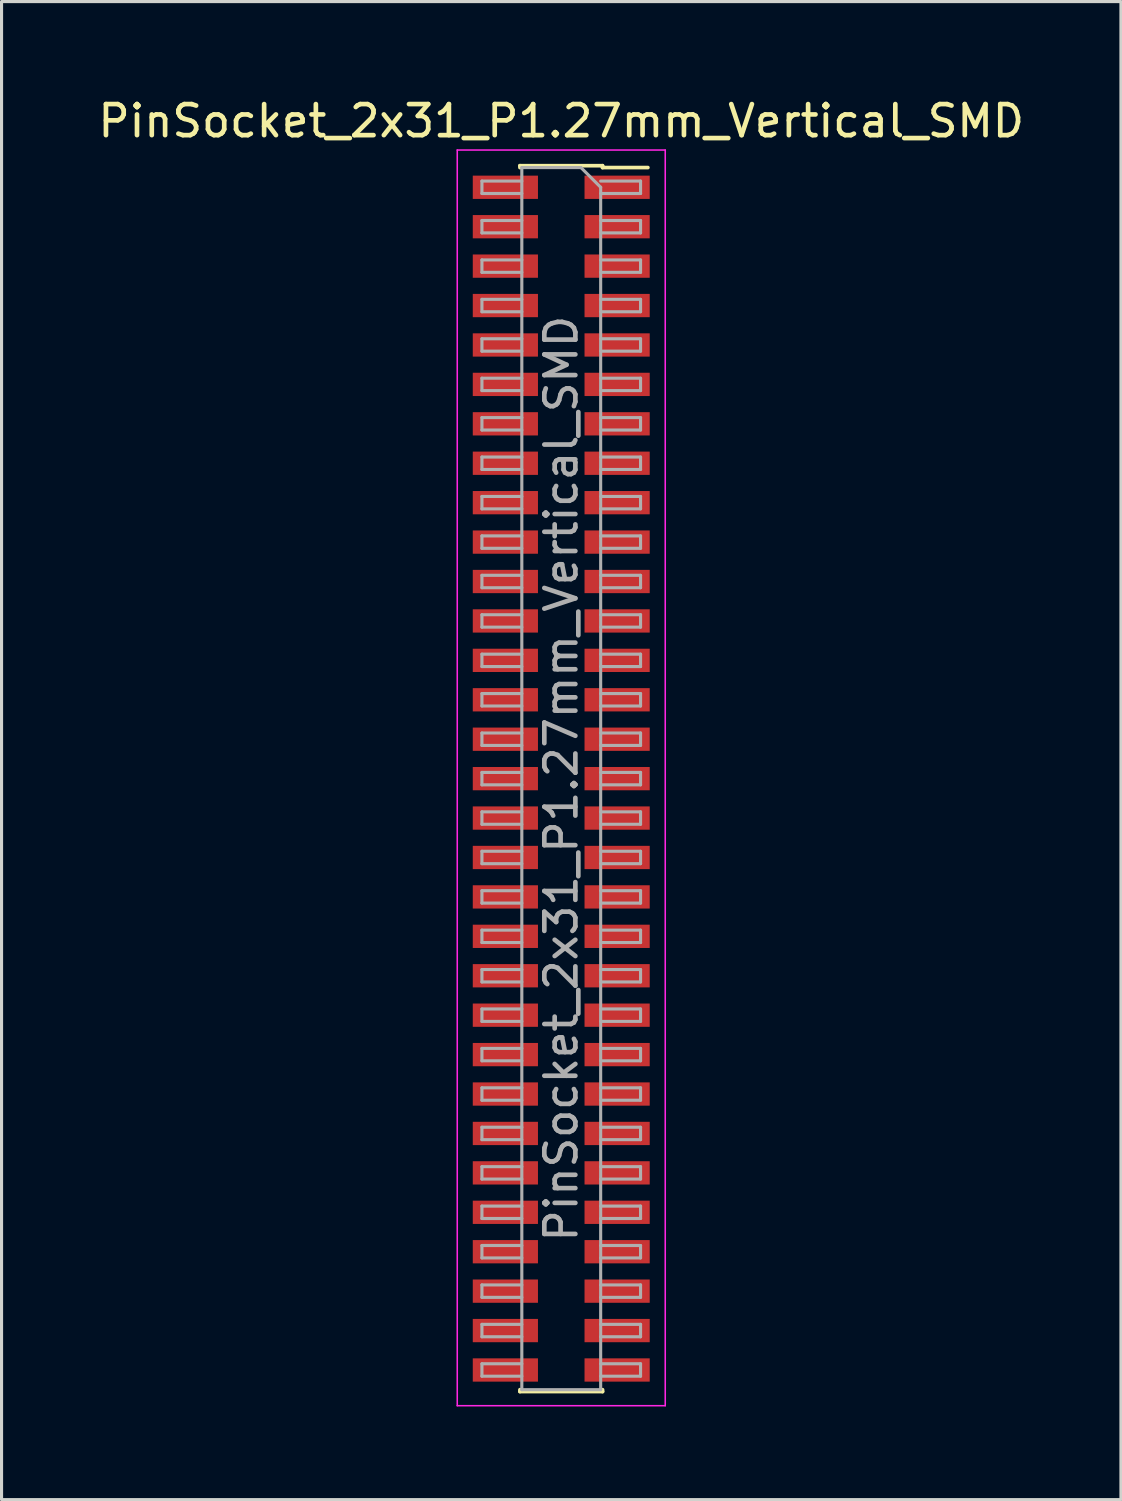
<source format=kicad_pcb>
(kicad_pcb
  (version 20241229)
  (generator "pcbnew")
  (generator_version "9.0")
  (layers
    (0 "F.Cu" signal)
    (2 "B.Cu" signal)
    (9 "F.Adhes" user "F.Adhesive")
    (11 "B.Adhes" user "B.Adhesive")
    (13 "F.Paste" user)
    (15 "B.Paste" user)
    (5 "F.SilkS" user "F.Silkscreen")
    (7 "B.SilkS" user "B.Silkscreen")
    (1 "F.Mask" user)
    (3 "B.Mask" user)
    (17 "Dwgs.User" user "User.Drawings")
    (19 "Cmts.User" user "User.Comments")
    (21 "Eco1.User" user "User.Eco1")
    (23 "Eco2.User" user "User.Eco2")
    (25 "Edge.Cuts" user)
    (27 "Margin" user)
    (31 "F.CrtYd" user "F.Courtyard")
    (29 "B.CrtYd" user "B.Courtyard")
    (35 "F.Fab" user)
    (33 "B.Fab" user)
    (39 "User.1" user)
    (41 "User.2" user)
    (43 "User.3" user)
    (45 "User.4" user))
  (footprint "PinSocket_2x31_P1.27mm_Vertical_SMD"
    (layer "F.Cu")
    (at 15.03 22.033)
    (property "Reference" "PinSocket_2x31_P1.27mm_Vertical_SMD" (at 0 -21.185 0) (layer "F.SilkS") (effects (font (size 1 1) (thickness 0.15))))
    (attr smd)
    (fp_line (start -1.33 -19.745) (end -1.33 -19.685) (stroke (width 0.12) (type solid)) (layer "F.SilkS"))
    (fp_line (start -1.33 -19.745) (end 1.33 -19.745) (stroke (width 0.12) (type solid)) (layer "F.SilkS"))
    (fp_line (start -1.33 19.685) (end -1.33 19.745) (stroke (width 0.12) (type solid)) (layer "F.SilkS"))
    (fp_line (start -1.33 19.745) (end 1.33 19.745) (stroke (width 0.12) (type solid)) (layer "F.SilkS"))
    (fp_line (start 1.33 -19.745) (end 1.33 -19.685) (stroke (width 0.12) (type solid)) (layer "F.SilkS"))
    (fp_line (start 1.33 -19.685) (end 2.79 -19.685) (stroke (width 0.12) (type solid)) (layer "F.SilkS"))
    (fp_line (start 1.33 19.685) (end 1.33 19.745) (stroke (width 0.12) (type solid)) (layer "F.SilkS"))
    (fp_line (start -3.35 -20.25) (end 3.35 -20.25) (stroke (width 0.05) (type solid)) (layer "F.CrtYd"))
    (fp_line (start -3.35 20.2) (end -3.35 -20.25) (stroke (width 0.05) (type solid)) (layer "F.CrtYd"))
    (fp_line (start 3.35 -20.25) (end 3.35 20.2) (stroke (width 0.05) (type solid)) (layer "F.CrtYd"))
    (fp_line (start 3.35 20.2) (end -3.35 20.2) (stroke (width 0.05) (type solid)) (layer "F.CrtYd"))
    (fp_line (start -2.555 -19.25) (end -1.27 -19.25) (stroke (width 0.1) (type solid)) (layer "F.Fab"))
    (fp_line (start -2.555 -18.85) (end -2.555 -19.25) (stroke (width 0.1) (type solid)) (layer "F.Fab"))
    (fp_line (start -2.555 -17.98) (end -1.27 -17.98) (stroke (width 0.1) (type solid)) (layer "F.Fab"))
    (fp_line (start -2.555 -17.58) (end -2.555 -17.98) (stroke (width 0.1) (type solid)) (layer "F.Fab"))
    (fp_line (start -2.555 -16.71) (end -1.27 -16.71) (stroke (width 0.1) (type solid)) (layer "F.Fab"))
    (fp_line (start -2.555 -16.31) (end -2.555 -16.71) (stroke (width 0.1) (type solid)) (layer "F.Fab"))
    (fp_line (start -2.555 -15.44) (end -1.27 -15.44) (stroke (width 0.1) (type solid)) (layer "F.Fab"))
    (fp_line (start -2.555 -15.04) (end -2.555 -15.44) (stroke (width 0.1) (type solid)) (layer "F.Fab"))
    (fp_line (start -2.555 -14.17) (end -1.27 -14.17) (stroke (width 0.1) (type solid)) (layer "F.Fab"))
    (fp_line (start -2.555 -13.77) (end -2.555 -14.17) (stroke (width 0.1) (type solid)) (layer "F.Fab"))
    (fp_line (start -2.555 -12.9) (end -1.27 -12.9) (stroke (width 0.1) (type solid)) (layer "F.Fab"))
    (fp_line (start -2.555 -12.5) (end -2.555 -12.9) (stroke (width 0.1) (type solid)) (layer "F.Fab"))
    (fp_line (start -2.555 -11.63) (end -1.27 -11.63) (stroke (width 0.1) (type solid)) (layer "F.Fab"))
    (fp_line (start -2.555 -11.23) (end -2.555 -11.63) (stroke (width 0.1) (type solid)) (layer "F.Fab"))
    (fp_line (start -2.555 -10.36) (end -1.27 -10.36) (stroke (width 0.1) (type solid)) (layer "F.Fab"))
    (fp_line (start -2.555 -9.96) (end -2.555 -10.36) (stroke (width 0.1) (type solid)) (layer "F.Fab"))
    (fp_line (start -2.555 -9.09) (end -1.27 -9.09) (stroke (width 0.1) (type solid)) (layer "F.Fab"))
    (fp_line (start -2.555 -8.69) (end -2.555 -9.09) (stroke (width 0.1) (type solid)) (layer "F.Fab"))
    (fp_line (start -2.555 -7.82) (end -1.27 -7.82) (stroke (width 0.1) (type solid)) (layer "F.Fab"))
    (fp_line (start -2.555 -7.42) (end -2.555 -7.82) (stroke (width 0.1) (type solid)) (layer "F.Fab"))
    (fp_line (start -2.555 -6.55) (end -1.27 -6.55) (stroke (width 0.1) (type solid)) (layer "F.Fab"))
    (fp_line (start -2.555 -6.15) (end -2.555 -6.55) (stroke (width 0.1) (type solid)) (layer "F.Fab"))
    (fp_line (start -2.555 -5.28) (end -1.27 -5.28) (stroke (width 0.1) (type solid)) (layer "F.Fab"))
    (fp_line (start -2.555 -4.88) (end -2.555 -5.28) (stroke (width 0.1) (type solid)) (layer "F.Fab"))
    (fp_line (start -2.555 -4.01) (end -1.27 -4.01) (stroke (width 0.1) (type solid)) (layer "F.Fab"))
    (fp_line (start -2.555 -3.61) (end -2.555 -4.01) (stroke (width 0.1) (type solid)) (layer "F.Fab"))
    (fp_line (start -2.555 -2.74) (end -1.27 -2.74) (stroke (width 0.1) (type solid)) (layer "F.Fab"))
    (fp_line (start -2.555 -2.34) (end -2.555 -2.74) (stroke (width 0.1) (type solid)) (layer "F.Fab"))
    (fp_line (start -2.555 -1.47) (end -1.27 -1.47) (stroke (width 0.1) (type solid)) (layer "F.Fab"))
    (fp_line (start -2.555 -1.07) (end -2.555 -1.47) (stroke (width 0.1) (type solid)) (layer "F.Fab"))
    (fp_line (start -2.555 -0.2) (end -1.27 -0.2) (stroke (width 0.1) (type solid)) (layer "F.Fab"))
    (fp_line (start -2.555 0.2) (end -2.555 -0.2) (stroke (width 0.1) (type solid)) (layer "F.Fab"))
    (fp_line (start -2.555 1.07) (end -1.27 1.07) (stroke (width 0.1) (type solid)) (layer "F.Fab"))
    (fp_line (start -2.555 1.47) (end -2.555 1.07) (stroke (width 0.1) (type solid)) (layer "F.Fab"))
    (fp_line (start -2.555 2.34) (end -1.27 2.34) (stroke (width 0.1) (type solid)) (layer "F.Fab"))
    (fp_line (start -2.555 2.74) (end -2.555 2.34) (stroke (width 0.1) (type solid)) (layer "F.Fab"))
    (fp_line (start -2.555 3.61) (end -1.27 3.61) (stroke (width 0.1) (type solid)) (layer "F.Fab"))
    (fp_line (start -2.555 4.01) (end -2.555 3.61) (stroke (width 0.1) (type solid)) (layer "F.Fab"))
    (fp_line (start -2.555 4.88) (end -1.27 4.88) (stroke (width 0.1) (type solid)) (layer "F.Fab"))
    (fp_line (start -2.555 5.28) (end -2.555 4.88) (stroke (width 0.1) (type solid)) (layer "F.Fab"))
    (fp_line (start -2.555 6.15) (end -1.27 6.15) (stroke (width 0.1) (type solid)) (layer "F.Fab"))
    (fp_line (start -2.555 6.55) (end -2.555 6.15) (stroke (width 0.1) (type solid)) (layer "F.Fab"))
    (fp_line (start -2.555 7.42) (end -1.27 7.42) (stroke (width 0.1) (type solid)) (layer "F.Fab"))
    (fp_line (start -2.555 7.82) (end -2.555 7.42) (stroke (width 0.1) (type solid)) (layer "F.Fab"))
    (fp_line (start -2.555 8.69) (end -1.27 8.69) (stroke (width 0.1) (type solid)) (layer "F.Fab"))
    (fp_line (start -2.555 9.09) (end -2.555 8.69) (stroke (width 0.1) (type solid)) (layer "F.Fab"))
    (fp_line (start -2.555 9.96) (end -1.27 9.96) (stroke (width 0.1) (type solid)) (layer "F.Fab"))
    (fp_line (start -2.555 10.36) (end -2.555 9.96) (stroke (width 0.1) (type solid)) (layer "F.Fab"))
    (fp_line (start -2.555 11.23) (end -1.27 11.23) (stroke (width 0.1) (type solid)) (layer "F.Fab"))
    (fp_line (start -2.555 11.63) (end -2.555 11.23) (stroke (width 0.1) (type solid)) (layer "F.Fab"))
    (fp_line (start -2.555 12.5) (end -1.27 12.5) (stroke (width 0.1) (type solid)) (layer "F.Fab"))
    (fp_line (start -2.555 12.9) (end -2.555 12.5) (stroke (width 0.1) (type solid)) (layer "F.Fab"))
    (fp_line (start -2.555 13.77) (end -1.27 13.77) (stroke (width 0.1) (type solid)) (layer "F.Fab"))
    (fp_line (start -2.555 14.17) (end -2.555 13.77) (stroke (width 0.1) (type solid)) (layer "F.Fab"))
    (fp_line (start -2.555 15.04) (end -1.27 15.04) (stroke (width 0.1) (type solid)) (layer "F.Fab"))
    (fp_line (start -2.555 15.44) (end -2.555 15.04) (stroke (width 0.1) (type solid)) (layer "F.Fab"))
    (fp_line (start -2.555 16.31) (end -1.27 16.31) (stroke (width 0.1) (type solid)) (layer "F.Fab"))
    (fp_line (start -2.555 16.71) (end -2.555 16.31) (stroke (width 0.1) (type solid)) (layer "F.Fab"))
    (fp_line (start -2.555 17.58) (end -1.27 17.58) (stroke (width 0.1) (type solid)) (layer "F.Fab"))
    (fp_line (start -2.555 17.98) (end -2.555 17.58) (stroke (width 0.1) (type solid)) (layer "F.Fab"))
    (fp_line (start -2.555 18.85) (end -1.27 18.85) (stroke (width 0.1) (type solid)) (layer "F.Fab"))
    (fp_line (start -2.555 19.25) (end -2.555 18.85) (stroke (width 0.1) (type solid)) (layer "F.Fab"))
    (fp_line (start -1.27 -19.685) (end 0.635 -19.685) (stroke (width 0.1) (type solid)) (layer "F.Fab"))
    (fp_line (start -1.27 -18.85) (end -2.555 -18.85) (stroke (width 0.1) (type solid)) (layer "F.Fab"))
    (fp_line (start -1.27 -17.58) (end -2.555 -17.58) (stroke (width 0.1) (type solid)) (layer "F.Fab"))
    (fp_line (start -1.27 -16.31) (end -2.555 -16.31) (stroke (width 0.1) (type solid)) (layer "F.Fab"))
    (fp_line (start -1.27 -15.04) (end -2.555 -15.04) (stroke (width 0.1) (type solid)) (layer "F.Fab"))
    (fp_line (start -1.27 -13.77) (end -2.555 -13.77) (stroke (width 0.1) (type solid)) (layer "F.Fab"))
    (fp_line (start -1.27 -12.5) (end -2.555 -12.5) (stroke (width 0.1) (type solid)) (layer "F.Fab"))
    (fp_line (start -1.27 -11.23) (end -2.555 -11.23) (stroke (width 0.1) (type solid)) (layer "F.Fab"))
    (fp_line (start -1.27 -9.96) (end -2.555 -9.96) (stroke (width 0.1) (type solid)) (layer "F.Fab"))
    (fp_line (start -1.27 -8.69) (end -2.555 -8.69) (stroke (width 0.1) (type solid)) (layer "F.Fab"))
    (fp_line (start -1.27 -7.42) (end -2.555 -7.42) (stroke (width 0.1) (type solid)) (layer "F.Fab"))
    (fp_line (start -1.27 -6.15) (end -2.555 -6.15) (stroke (width 0.1) (type solid)) (layer "F.Fab"))
    (fp_line (start -1.27 -4.88) (end -2.555 -4.88) (stroke (width 0.1) (type solid)) (layer "F.Fab"))
    (fp_line (start -1.27 -3.61) (end -2.555 -3.61) (stroke (width 0.1) (type solid)) (layer "F.Fab"))
    (fp_line (start -1.27 -2.34) (end -2.555 -2.34) (stroke (width 0.1) (type solid)) (layer "F.Fab"))
    (fp_line (start -1.27 -1.07) (end -2.555 -1.07) (stroke (width 0.1) (type solid)) (layer "F.Fab"))
    (fp_line (start -1.27 0.2) (end -2.555 0.2) (stroke (width 0.1) (type solid)) (layer "F.Fab"))
    (fp_line (start -1.27 1.47) (end -2.555 1.47) (stroke (width 0.1) (type solid)) (layer "F.Fab"))
    (fp_line (start -1.27 2.74) (end -2.555 2.74) (stroke (width 0.1) (type solid)) (layer "F.Fab"))
    (fp_line (start -1.27 4.01) (end -2.555 4.01) (stroke (width 0.1) (type solid)) (layer "F.Fab"))
    (fp_line (start -1.27 5.28) (end -2.555 5.28) (stroke (width 0.1) (type solid)) (layer "F.Fab"))
    (fp_line (start -1.27 6.55) (end -2.555 6.55) (stroke (width 0.1) (type solid)) (layer "F.Fab"))
    (fp_line (start -1.27 7.82) (end -2.555 7.82) (stroke (width 0.1) (type solid)) (layer "F.Fab"))
    (fp_line (start -1.27 9.09) (end -2.555 9.09) (stroke (width 0.1) (type solid)) (layer "F.Fab"))
    (fp_line (start -1.27 10.36) (end -2.555 10.36) (stroke (width 0.1) (type solid)) (layer "F.Fab"))
    (fp_line (start -1.27 11.63) (end -2.555 11.63) (stroke (width 0.1) (type solid)) (layer "F.Fab"))
    (fp_line (start -1.27 12.9) (end -2.555 12.9) (stroke (width 0.1) (type solid)) (layer "F.Fab"))
    (fp_line (start -1.27 14.17) (end -2.555 14.17) (stroke (width 0.1) (type solid)) (layer "F.Fab"))
    (fp_line (start -1.27 15.44) (end -2.555 15.44) (stroke (width 0.1) (type solid)) (layer "F.Fab"))
    (fp_line (start -1.27 16.71) (end -2.555 16.71) (stroke (width 0.1) (type solid)) (layer "F.Fab"))
    (fp_line (start -1.27 17.98) (end -2.555 17.98) (stroke (width 0.1) (type solid)) (layer "F.Fab"))
    (fp_line (start -1.27 19.25) (end -2.555 19.25) (stroke (width 0.1) (type solid)) (layer "F.Fab"))
    (fp_line (start -1.27 19.685) (end -1.27 -19.685) (stroke (width 0.1) (type solid)) (layer "F.Fab"))
    (fp_line (start 0.635 -19.685) (end 1.27 -19.05) (stroke (width 0.1) (type solid)) (layer "F.Fab"))
    (fp_line (start 1.27 -19.25) (end 2.555 -19.25) (stroke (width 0.1) (type solid)) (layer "F.Fab"))
    (fp_line (start 1.27 -19.05) (end 1.27 19.685) (stroke (width 0.1) (type solid)) (layer "F.Fab"))
    (fp_line (start 1.27 -17.98) (end 2.555 -17.98) (stroke (width 0.1) (type solid)) (layer "F.Fab"))
    (fp_line (start 1.27 -16.71) (end 2.555 -16.71) (stroke (width 0.1) (type solid)) (layer "F.Fab"))
    (fp_line (start 1.27 -15.44) (end 2.555 -15.44) (stroke (width 0.1) (type solid)) (layer "F.Fab"))
    (fp_line (start 1.27 -14.17) (end 2.555 -14.17) (stroke (width 0.1) (type solid)) (layer "F.Fab"))
    (fp_line (start 1.27 -12.9) (end 2.555 -12.9) (stroke (width 0.1) (type solid)) (layer "F.Fab"))
    (fp_line (start 1.27 -11.63) (end 2.555 -11.63) (stroke (width 0.1) (type solid)) (layer "F.Fab"))
    (fp_line (start 1.27 -10.36) (end 2.555 -10.36) (stroke (width 0.1) (type solid)) (layer "F.Fab"))
    (fp_line (start 1.27 -9.09) (end 2.555 -9.09) (stroke (width 0.1) (type solid)) (layer "F.Fab"))
    (fp_line (start 1.27 -7.82) (end 2.555 -7.82) (stroke (width 0.1) (type solid)) (layer "F.Fab"))
    (fp_line (start 1.27 -6.55) (end 2.555 -6.55) (stroke (width 0.1) (type solid)) (layer "F.Fab"))
    (fp_line (start 1.27 -5.28) (end 2.555 -5.28) (stroke (width 0.1) (type solid)) (layer "F.Fab"))
    (fp_line (start 1.27 -4.01) (end 2.555 -4.01) (stroke (width 0.1) (type solid)) (layer "F.Fab"))
    (fp_line (start 1.27 -2.74) (end 2.555 -2.74) (stroke (width 0.1) (type solid)) (layer "F.Fab"))
    (fp_line (start 1.27 -1.47) (end 2.555 -1.47) (stroke (width 0.1) (type solid)) (layer "F.Fab"))
    (fp_line (start 1.27 -0.2) (end 2.555 -0.2) (stroke (width 0.1) (type solid)) (layer "F.Fab"))
    (fp_line (start 1.27 1.07) (end 2.555 1.07) (stroke (width 0.1) (type solid)) (layer "F.Fab"))
    (fp_line (start 1.27 2.34) (end 2.555 2.34) (stroke (width 0.1) (type solid)) (layer "F.Fab"))
    (fp_line (start 1.27 3.61) (end 2.555 3.61) (stroke (width 0.1) (type solid)) (layer "F.Fab"))
    (fp_line (start 1.27 4.88) (end 2.555 4.88) (stroke (width 0.1) (type solid)) (layer "F.Fab"))
    (fp_line (start 1.27 6.15) (end 2.555 6.15) (stroke (width 0.1) (type solid)) (layer "F.Fab"))
    (fp_line (start 1.27 7.42) (end 2.555 7.42) (stroke (width 0.1) (type solid)) (layer "F.Fab"))
    (fp_line (start 1.27 8.69) (end 2.555 8.69) (stroke (width 0.1) (type solid)) (layer "F.Fab"))
    (fp_line (start 1.27 9.96) (end 2.555 9.96) (stroke (width 0.1) (type solid)) (layer "F.Fab"))
    (fp_line (start 1.27 11.23) (end 2.555 11.23) (stroke (width 0.1) (type solid)) (layer "F.Fab"))
    (fp_line (start 1.27 12.5) (end 2.555 12.5) (stroke (width 0.1) (type solid)) (layer "F.Fab"))
    (fp_line (start 1.27 13.77) (end 2.555 13.77) (stroke (width 0.1) (type solid)) (layer "F.Fab"))
    (fp_line (start 1.27 15.04) (end 2.555 15.04) (stroke (width 0.1) (type solid)) (layer "F.Fab"))
    (fp_line (start 1.27 16.31) (end 2.555 16.31) (stroke (width 0.1) (type solid)) (layer "F.Fab"))
    (fp_line (start 1.27 17.58) (end 2.555 17.58) (stroke (width 0.1) (type solid)) (layer "F.Fab"))
    (fp_line (start 1.27 18.85) (end 2.555 18.85) (stroke (width 0.1) (type solid)) (layer "F.Fab"))
    (fp_line (start 1.27 19.685) (end -1.27 19.685) (stroke (width 0.1) (type solid)) (layer "F.Fab"))
    (fp_line (start 2.555 -19.25) (end 2.555 -18.85) (stroke (width 0.1) (type solid)) (layer "F.Fab"))
    (fp_line (start 2.555 -18.85) (end 1.27 -18.85) (stroke (width 0.1) (type solid)) (layer "F.Fab"))
    (fp_line (start 2.555 -17.98) (end 2.555 -17.58) (stroke (width 0.1) (type solid)) (layer "F.Fab"))
    (fp_line (start 2.555 -17.58) (end 1.27 -17.58) (stroke (width 0.1) (type solid)) (layer "F.Fab"))
    (fp_line (start 2.555 -16.71) (end 2.555 -16.31) (stroke (width 0.1) (type solid)) (layer "F.Fab"))
    (fp_line (start 2.555 -16.31) (end 1.27 -16.31) (stroke (width 0.1) (type solid)) (layer "F.Fab"))
    (fp_line (start 2.555 -15.44) (end 2.555 -15.04) (stroke (width 0.1) (type solid)) (layer "F.Fab"))
    (fp_line (start 2.555 -15.04) (end 1.27 -15.04) (stroke (width 0.1) (type solid)) (layer "F.Fab"))
    (fp_line (start 2.555 -14.17) (end 2.555 -13.77) (stroke (width 0.1) (type solid)) (layer "F.Fab"))
    (fp_line (start 2.555 -13.77) (end 1.27 -13.77) (stroke (width 0.1) (type solid)) (layer "F.Fab"))
    (fp_line (start 2.555 -12.9) (end 2.555 -12.5) (stroke (width 0.1) (type solid)) (layer "F.Fab"))
    (fp_line (start 2.555 -12.5) (end 1.27 -12.5) (stroke (width 0.1) (type solid)) (layer "F.Fab"))
    (fp_line (start 2.555 -11.63) (end 2.555 -11.23) (stroke (width 0.1) (type solid)) (layer "F.Fab"))
    (fp_line (start 2.555 -11.23) (end 1.27 -11.23) (stroke (width 0.1) (type solid)) (layer "F.Fab"))
    (fp_line (start 2.555 -10.36) (end 2.555 -9.96) (stroke (width 0.1) (type solid)) (layer "F.Fab"))
    (fp_line (start 2.555 -9.96) (end 1.27 -9.96) (stroke (width 0.1) (type solid)) (layer "F.Fab"))
    (fp_line (start 2.555 -9.09) (end 2.555 -8.69) (stroke (width 0.1) (type solid)) (layer "F.Fab"))
    (fp_line (start 2.555 -8.69) (end 1.27 -8.69) (stroke (width 0.1) (type solid)) (layer "F.Fab"))
    (fp_line (start 2.555 -7.82) (end 2.555 -7.42) (stroke (width 0.1) (type solid)) (layer "F.Fab"))
    (fp_line (start 2.555 -7.42) (end 1.27 -7.42) (stroke (width 0.1) (type solid)) (layer "F.Fab"))
    (fp_line (start 2.555 -6.55) (end 2.555 -6.15) (stroke (width 0.1) (type solid)) (layer "F.Fab"))
    (fp_line (start 2.555 -6.15) (end 1.27 -6.15) (stroke (width 0.1) (type solid)) (layer "F.Fab"))
    (fp_line (start 2.555 -5.28) (end 2.555 -4.88) (stroke (width 0.1) (type solid)) (layer "F.Fab"))
    (fp_line (start 2.555 -4.88) (end 1.27 -4.88) (stroke (width 0.1) (type solid)) (layer "F.Fab"))
    (fp_line (start 2.555 -4.01) (end 2.555 -3.61) (stroke (width 0.1) (type solid)) (layer "F.Fab"))
    (fp_line (start 2.555 -3.61) (end 1.27 -3.61) (stroke (width 0.1) (type solid)) (layer "F.Fab"))
    (fp_line (start 2.555 -2.74) (end 2.555 -2.34) (stroke (width 0.1) (type solid)) (layer "F.Fab"))
    (fp_line (start 2.555 -2.34) (end 1.27 -2.34) (stroke (width 0.1) (type solid)) (layer "F.Fab"))
    (fp_line (start 2.555 -1.47) (end 2.555 -1.07) (stroke (width 0.1) (type solid)) (layer "F.Fab"))
    (fp_line (start 2.555 -1.07) (end 1.27 -1.07) (stroke (width 0.1) (type solid)) (layer "F.Fab"))
    (fp_line (start 2.555 -0.2) (end 2.555 0.2) (stroke (width 0.1) (type solid)) (layer "F.Fab"))
    (fp_line (start 2.555 0.2) (end 1.27 0.2) (stroke (width 0.1) (type solid)) (layer "F.Fab"))
    (fp_line (start 2.555 1.07) (end 2.555 1.47) (stroke (width 0.1) (type solid)) (layer "F.Fab"))
    (fp_line (start 2.555 1.47) (end 1.27 1.47) (stroke (width 0.1) (type solid)) (layer "F.Fab"))
    (fp_line (start 2.555 2.34) (end 2.555 2.74) (stroke (width 0.1) (type solid)) (layer "F.Fab"))
    (fp_line (start 2.555 2.74) (end 1.27 2.74) (stroke (width 0.1) (type solid)) (layer "F.Fab"))
    (fp_line (start 2.555 3.61) (end 2.555 4.01) (stroke (width 0.1) (type solid)) (layer "F.Fab"))
    (fp_line (start 2.555 4.01) (end 1.27 4.01) (stroke (width 0.1) (type solid)) (layer "F.Fab"))
    (fp_line (start 2.555 4.88) (end 2.555 5.28) (stroke (width 0.1) (type solid)) (layer "F.Fab"))
    (fp_line (start 2.555 5.28) (end 1.27 5.28) (stroke (width 0.1) (type solid)) (layer "F.Fab"))
    (fp_line (start 2.555 6.15) (end 2.555 6.55) (stroke (width 0.1) (type solid)) (layer "F.Fab"))
    (fp_line (start 2.555 6.55) (end 1.27 6.55) (stroke (width 0.1) (type solid)) (layer "F.Fab"))
    (fp_line (start 2.555 7.42) (end 2.555 7.82) (stroke (width 0.1) (type solid)) (layer "F.Fab"))
    (fp_line (start 2.555 7.82) (end 1.27 7.82) (stroke (width 0.1) (type solid)) (layer "F.Fab"))
    (fp_line (start 2.555 8.69) (end 2.555 9.09) (stroke (width 0.1) (type solid)) (layer "F.Fab"))
    (fp_line (start 2.555 9.09) (end 1.27 9.09) (stroke (width 0.1) (type solid)) (layer "F.Fab"))
    (fp_line (start 2.555 9.96) (end 2.555 10.36) (stroke (width 0.1) (type solid)) (layer "F.Fab"))
    (fp_line (start 2.555 10.36) (end 1.27 10.36) (stroke (width 0.1) (type solid)) (layer "F.Fab"))
    (fp_line (start 2.555 11.23) (end 2.555 11.63) (stroke (width 0.1) (type solid)) (layer "F.Fab"))
    (fp_line (start 2.555 11.63) (end 1.27 11.63) (stroke (width 0.1) (type solid)) (layer "F.Fab"))
    (fp_line (start 2.555 12.5) (end 2.555 12.9) (stroke (width 0.1) (type solid)) (layer "F.Fab"))
    (fp_line (start 2.555 12.9) (end 1.27 12.9) (stroke (width 0.1) (type solid)) (layer "F.Fab"))
    (fp_line (start 2.555 13.77) (end 2.555 14.17) (stroke (width 0.1) (type solid)) (layer "F.Fab"))
    (fp_line (start 2.555 14.17) (end 1.27 14.17) (stroke (width 0.1) (type solid)) (layer "F.Fab"))
    (fp_line (start 2.555 15.04) (end 2.555 15.44) (stroke (width 0.1) (type solid)) (layer "F.Fab"))
    (fp_line (start 2.555 15.44) (end 1.27 15.44) (stroke (width 0.1) (type solid)) (layer "F.Fab"))
    (fp_line (start 2.555 16.31) (end 2.555 16.71) (stroke (width 0.1) (type solid)) (layer "F.Fab"))
    (fp_line (start 2.555 16.71) (end 1.27 16.71) (stroke (width 0.1) (type solid)) (layer "F.Fab"))
    (fp_line (start 2.555 17.58) (end 2.555 17.98) (stroke (width 0.1) (type solid)) (layer "F.Fab"))
    (fp_line (start 2.555 17.98) (end 1.27 17.98) (stroke (width 0.1) (type solid)) (layer "F.Fab"))
    (fp_line (start 2.555 18.85) (end 2.555 19.25) (stroke (width 0.1) (type solid)) (layer "F.Fab"))
    (fp_line (start 2.555 19.25) (end 1.27 19.25) (stroke (width 0.1) (type solid)) (layer "F.Fab"))
    (fp_text user "${REFERENCE}" (at 0 0 90) (layer "F.Fab") (effects (font (size 1 1) (thickness 0.15))))
    (pad "1" smd rect (at 1.8 -19.05) (size 2.1 0.75) (layers "F.Cu" "F.Mask" "F.Paste"))
    (pad "2" smd rect (at -1.8 -19.05) (size 2.1 0.75) (layers "F.Cu" "F.Mask" "F.Paste"))
    (pad "3" smd rect (at 1.8 -17.78) (size 2.1 0.75) (layers "F.Cu" "F.Mask" "F.Paste"))
    (pad "4" smd rect (at -1.8 -17.78) (size 2.1 0.75) (layers "F.Cu" "F.Mask" "F.Paste"))
    (pad "5" smd rect (at 1.8 -16.51) (size 2.1 0.75) (layers "F.Cu" "F.Mask" "F.Paste"))
    (pad "6" smd rect (at -1.8 -16.51) (size 2.1 0.75) (layers "F.Cu" "F.Mask" "F.Paste"))
    (pad "7" smd rect (at 1.8 -15.24) (size 2.1 0.75) (layers "F.Cu" "F.Mask" "F.Paste"))
    (pad "8" smd rect (at -1.8 -15.24) (size 2.1 0.75) (layers "F.Cu" "F.Mask" "F.Paste"))
    (pad "9" smd rect (at 1.8 -13.97) (size 2.1 0.75) (layers "F.Cu" "F.Mask" "F.Paste"))
    (pad "10" smd rect (at -1.8 -13.97) (size 2.1 0.75) (layers "F.Cu" "F.Mask" "F.Paste"))
    (pad "11" smd rect (at 1.8 -12.7) (size 2.1 0.75) (layers "F.Cu" "F.Mask" "F.Paste"))
    (pad "12" smd rect (at -1.8 -12.7) (size 2.1 0.75) (layers "F.Cu" "F.Mask" "F.Paste"))
    (pad "13" smd rect (at 1.8 -11.43) (size 2.1 0.75) (layers "F.Cu" "F.Mask" "F.Paste"))
    (pad "14" smd rect (at -1.8 -11.43) (size 2.1 0.75) (layers "F.Cu" "F.Mask" "F.Paste"))
    (pad "15" smd rect (at 1.8 -10.16) (size 2.1 0.75) (layers "F.Cu" "F.Mask" "F.Paste"))
    (pad "16" smd rect (at -1.8 -10.16) (size 2.1 0.75) (layers "F.Cu" "F.Mask" "F.Paste"))
    (pad "17" smd rect (at 1.8 -8.89) (size 2.1 0.75) (layers "F.Cu" "F.Mask" "F.Paste"))
    (pad "18" smd rect (at -1.8 -8.89) (size 2.1 0.75) (layers "F.Cu" "F.Mask" "F.Paste"))
    (pad "19" smd rect (at 1.8 -7.62) (size 2.1 0.75) (layers "F.Cu" "F.Mask" "F.Paste"))
    (pad "20" smd rect (at -1.8 -7.62) (size 2.1 0.75) (layers "F.Cu" "F.Mask" "F.Paste"))
    (pad "21" smd rect (at 1.8 -6.35) (size 2.1 0.75) (layers "F.Cu" "F.Mask" "F.Paste"))
    (pad "22" smd rect (at -1.8 -6.35) (size 2.1 0.75) (layers "F.Cu" "F.Mask" "F.Paste"))
    (pad "23" smd rect (at 1.8 -5.08) (size 2.1 0.75) (layers "F.Cu" "F.Mask" "F.Paste"))
    (pad "24" smd rect (at -1.8 -5.08) (size 2.1 0.75) (layers "F.Cu" "F.Mask" "F.Paste"))
    (pad "25" smd rect (at 1.8 -3.81) (size 2.1 0.75) (layers "F.Cu" "F.Mask" "F.Paste"))
    (pad "26" smd rect (at -1.8 -3.81) (size 2.1 0.75) (layers "F.Cu" "F.Mask" "F.Paste"))
    (pad "27" smd rect (at 1.8 -2.54) (size 2.1 0.75) (layers "F.Cu" "F.Mask" "F.Paste"))
    (pad "28" smd rect (at -1.8 -2.54) (size 2.1 0.75) (layers "F.Cu" "F.Mask" "F.Paste"))
    (pad "29" smd rect (at 1.8 -1.27) (size 2.1 0.75) (layers "F.Cu" "F.Mask" "F.Paste"))
    (pad "30" smd rect (at -1.8 -1.27) (size 2.1 0.75) (layers "F.Cu" "F.Mask" "F.Paste"))
    (pad "31" smd rect (at 1.8 0) (size 2.1 0.75) (layers "F.Cu" "F.Mask" "F.Paste"))
    (pad "32" smd rect (at -1.8 0) (size 2.1 0.75) (layers "F.Cu" "F.Mask" "F.Paste"))
    (pad "33" smd rect (at 1.8 1.27) (size 2.1 0.75) (layers "F.Cu" "F.Mask" "F.Paste"))
    (pad "34" smd rect (at -1.8 1.27) (size 2.1 0.75) (layers "F.Cu" "F.Mask" "F.Paste"))
    (pad "35" smd rect (at 1.8 2.54) (size 2.1 0.75) (layers "F.Cu" "F.Mask" "F.Paste"))
    (pad "36" smd rect (at -1.8 2.54) (size 2.1 0.75) (layers "F.Cu" "F.Mask" "F.Paste"))
    (pad "37" smd rect (at 1.8 3.81) (size 2.1 0.75) (layers "F.Cu" "F.Mask" "F.Paste"))
    (pad "38" smd rect (at -1.8 3.81) (size 2.1 0.75) (layers "F.Cu" "F.Mask" "F.Paste"))
    (pad "39" smd rect (at 1.8 5.08) (size 2.1 0.75) (layers "F.Cu" "F.Mask" "F.Paste"))
    (pad "40" smd rect (at -1.8 5.08) (size 2.1 0.75) (layers "F.Cu" "F.Mask" "F.Paste"))
    (pad "41" smd rect (at 1.8 6.35) (size 2.1 0.75) (layers "F.Cu" "F.Mask" "F.Paste"))
    (pad "42" smd rect (at -1.8 6.35) (size 2.1 0.75) (layers "F.Cu" "F.Mask" "F.Paste"))
    (pad "43" smd rect (at 1.8 7.62) (size 2.1 0.75) (layers "F.Cu" "F.Mask" "F.Paste"))
    (pad "44" smd rect (at -1.8 7.62) (size 2.1 0.75) (layers "F.Cu" "F.Mask" "F.Paste"))
    (pad "45" smd rect (at 1.8 8.89) (size 2.1 0.75) (layers "F.Cu" "F.Mask" "F.Paste"))
    (pad "46" smd rect (at -1.8 8.89) (size 2.1 0.75) (layers "F.Cu" "F.Mask" "F.Paste"))
    (pad "47" smd rect (at 1.8 10.16) (size 2.1 0.75) (layers "F.Cu" "F.Mask" "F.Paste"))
    (pad "48" smd rect (at -1.8 10.16) (size 2.1 0.75) (layers "F.Cu" "F.Mask" "F.Paste"))
    (pad "49" smd rect (at 1.8 11.43) (size 2.1 0.75) (layers "F.Cu" "F.Mask" "F.Paste"))
    (pad "50" smd rect (at -1.8 11.43) (size 2.1 0.75) (layers "F.Cu" "F.Mask" "F.Paste"))
    (pad "51" smd rect (at 1.8 12.7) (size 2.1 0.75) (layers "F.Cu" "F.Mask" "F.Paste"))
    (pad "52" smd rect (at -1.8 12.7) (size 2.1 0.75) (layers "F.Cu" "F.Mask" "F.Paste"))
    (pad "53" smd rect (at 1.8 13.97) (size 2.1 0.75) (layers "F.Cu" "F.Mask" "F.Paste"))
    (pad "54" smd rect (at -1.8 13.97) (size 2.1 0.75) (layers "F.Cu" "F.Mask" "F.Paste"))
    (pad "55" smd rect (at 1.8 15.24) (size 2.1 0.75) (layers "F.Cu" "F.Mask" "F.Paste"))
    (pad "56" smd rect (at -1.8 15.24) (size 2.1 0.75) (layers "F.Cu" "F.Mask" "F.Paste"))
    (pad "57" smd rect (at 1.8 16.51) (size 2.1 0.75) (layers "F.Cu" "F.Mask" "F.Paste"))
    (pad "58" smd rect (at -1.8 16.51) (size 2.1 0.75) (layers "F.Cu" "F.Mask" "F.Paste"))
    (pad "59" smd rect (at 1.8 17.78) (size 2.1 0.75) (layers "F.Cu" "F.Mask" "F.Paste"))
    (pad "60" smd rect (at -1.8 17.78) (size 2.1 0.75) (layers "F.Cu" "F.Mask" "F.Paste"))
    (pad "61" smd rect (at 1.8 19.05) (size 2.1 0.75) (layers "F.Cu" "F.Mask" "F.Paste"))
    (pad "62" smd rect (at -1.8 19.05) (size 2.1 0.75) (layers "F.Cu" "F.Mask" "F.Paste")))
  (gr_rect
    (start -3 -3)
    (end 33.06 45.258)
    (stroke (width 0.1) (type default))
    (fill no)
    (layer "Edge.Cuts")))
</source>
